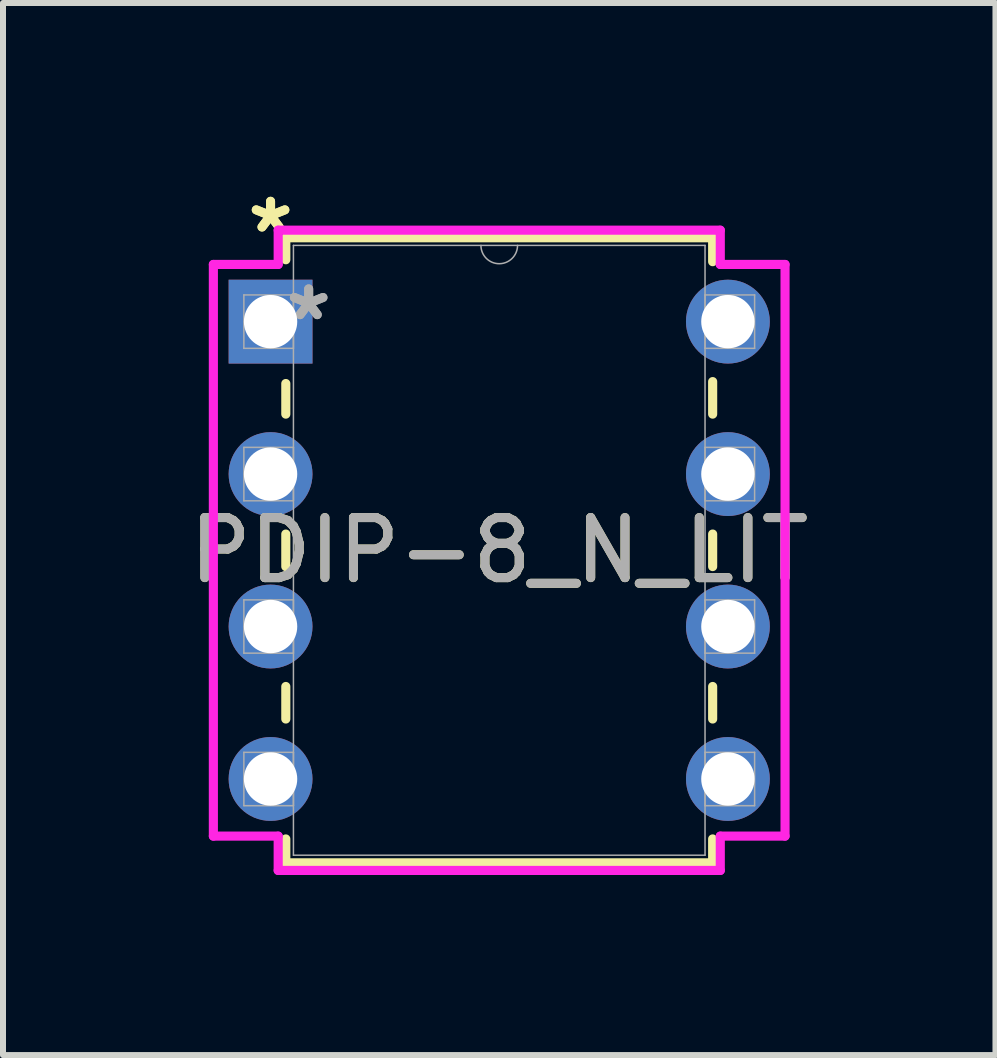
<source format=kicad_pcb>
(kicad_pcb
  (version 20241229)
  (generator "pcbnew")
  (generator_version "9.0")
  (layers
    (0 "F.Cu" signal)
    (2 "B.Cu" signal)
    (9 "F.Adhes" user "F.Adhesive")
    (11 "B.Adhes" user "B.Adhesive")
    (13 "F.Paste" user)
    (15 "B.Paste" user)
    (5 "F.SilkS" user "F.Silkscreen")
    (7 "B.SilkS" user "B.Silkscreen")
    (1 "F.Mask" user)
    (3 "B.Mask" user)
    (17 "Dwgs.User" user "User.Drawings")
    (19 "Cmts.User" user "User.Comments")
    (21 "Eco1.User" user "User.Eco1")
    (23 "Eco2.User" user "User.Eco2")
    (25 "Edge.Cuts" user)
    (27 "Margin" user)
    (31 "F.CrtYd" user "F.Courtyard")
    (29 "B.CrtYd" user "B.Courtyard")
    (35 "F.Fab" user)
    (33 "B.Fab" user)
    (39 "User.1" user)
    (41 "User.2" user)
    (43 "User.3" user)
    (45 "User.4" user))
  (footprint "PDIP-8_N_LIT"
    (layer "F.Cu")
    (at 1.458 2.309)
    (property "Reference" "PDIP-8_N_LIT" (at 3.81 3.81 0) (unlocked yes) (layer "F.SilkS") (effects (font (size 1 1) (thickness 0.15))))
    (attr through_hole)
    (fp_line (start 0.254 -1.397) (end 0.254 -1.031) (stroke (width 0.152) (type solid)) (layer "F.SilkS"))
    (fp_line (start 0.254 1.031) (end 0.254 1.541) (stroke (width 0.152) (type solid)) (layer "F.SilkS"))
    (fp_line (start 0.254 3.539) (end 0.254 4.081) (stroke (width 0.152) (type solid)) (layer "F.SilkS"))
    (fp_line (start 0.254 6.079) (end 0.254 6.621) (stroke (width 0.152) (type solid)) (layer "F.SilkS"))
    (fp_line (start 0.254 8.619) (end 0.254 9.017) (stroke (width 0.152) (type solid)) (layer "F.SilkS"))
    (fp_line (start 0.254 9.017) (end 7.366 9.017) (stroke (width 0.152) (type solid)) (layer "F.SilkS"))
    (fp_line (start 7.366 -1.397) (end 0.254 -1.397) (stroke (width 0.152) (type solid)) (layer "F.SilkS"))
    (fp_line (start 7.366 -0.999) (end 7.366 -1.397) (stroke (width 0.152) (type solid)) (layer "F.SilkS"))
    (fp_line (start 7.366 1.541) (end 7.366 0.999) (stroke (width 0.152) (type solid)) (layer "F.SilkS"))
    (fp_line (start 7.366 4.081) (end 7.366 3.539) (stroke (width 0.152) (type solid)) (layer "F.SilkS"))
    (fp_line (start 7.366 6.621) (end 7.366 6.079) (stroke (width 0.152) (type solid)) (layer "F.SilkS"))
    (fp_line (start 7.366 9.017) (end 7.366 8.619) (stroke (width 0.152) (type solid)) (layer "F.SilkS"))
    (fp_line (start -0.953 -0.953) (end 0.127 -0.953) (stroke (width 0.152) (type solid)) (layer "F.CrtYd"))
    (fp_line (start -0.953 8.572) (end -0.953 -0.953) (stroke (width 0.152) (type solid)) (layer "F.CrtYd"))
    (fp_line (start 0.127 -1.524) (end 7.493 -1.524) (stroke (width 0.152) (type solid)) (layer "F.CrtYd"))
    (fp_line (start 0.127 -0.953) (end 0.127 -1.524) (stroke (width 0.152) (type solid)) (layer "F.CrtYd"))
    (fp_line (start 0.127 8.572) (end -0.953 8.572) (stroke (width 0.152) (type solid)) (layer "F.CrtYd"))
    (fp_line (start 0.127 9.144) (end 0.127 8.572) (stroke (width 0.152) (type solid)) (layer "F.CrtYd"))
    (fp_line (start 7.493 -1.524) (end 7.493 -0.953) (stroke (width 0.152) (type solid)) (layer "F.CrtYd"))
    (fp_line (start 7.493 8.572) (end 7.493 9.144) (stroke (width 0.152) (type solid)) (layer "F.CrtYd"))
    (fp_line (start 7.493 9.144) (end 0.127 9.144) (stroke (width 0.152) (type solid)) (layer "F.CrtYd"))
    (fp_line (start 8.572 -0.953) (end 7.493 -0.953) (stroke (width 0.152) (type solid)) (layer "F.CrtYd"))
    (fp_line (start 8.572 -0.953) (end 8.572 8.572) (stroke (width 0.152) (type solid)) (layer "F.CrtYd"))
    (fp_line (start 8.572 8.572) (end 7.493 8.572) (stroke (width 0.152) (type solid)) (layer "F.CrtYd"))
    (fp_line (start -0.445 -0.445) (end -0.445 0.445) (stroke (width 0.025) (type solid)) (layer "F.Fab"))
    (fp_line (start -0.445 0.445) (end 0.381 0.445) (stroke (width 0.025) (type solid)) (layer "F.Fab"))
    (fp_line (start -0.445 2.095) (end -0.445 2.985) (stroke (width 0.025) (type solid)) (layer "F.Fab"))
    (fp_line (start -0.445 2.985) (end 0.381 2.985) (stroke (width 0.025) (type solid)) (layer "F.Fab"))
    (fp_line (start -0.445 4.636) (end -0.445 5.524) (stroke (width 0.025) (type solid)) (layer "F.Fab"))
    (fp_line (start -0.445 5.524) (end 0.381 5.524) (stroke (width 0.025) (type solid)) (layer "F.Fab"))
    (fp_line (start -0.445 7.176) (end -0.445 8.065) (stroke (width 0.025) (type solid)) (layer "F.Fab"))
    (fp_line (start -0.445 8.065) (end 0.381 8.065) (stroke (width 0.025) (type solid)) (layer "F.Fab"))
    (fp_line (start 0.381 -1.27) (end 0.381 8.89) (stroke (width 0.025) (type solid)) (layer "F.Fab"))
    (fp_line (start 0.381 -0.445) (end -0.445 -0.445) (stroke (width 0.025) (type solid)) (layer "F.Fab"))
    (fp_line (start 0.381 0.445) (end 0.381 -0.445) (stroke (width 0.025) (type solid)) (layer "F.Fab"))
    (fp_line (start 0.381 2.095) (end -0.445 2.095) (stroke (width 0.025) (type solid)) (layer "F.Fab"))
    (fp_line (start 0.381 2.985) (end 0.381 2.095) (stroke (width 0.025) (type solid)) (layer "F.Fab"))
    (fp_line (start 0.381 4.636) (end -0.445 4.636) (stroke (width 0.025) (type solid)) (layer "F.Fab"))
    (fp_line (start 0.381 5.524) (end 0.381 4.636) (stroke (width 0.025) (type solid)) (layer "F.Fab"))
    (fp_line (start 0.381 7.176) (end -0.445 7.176) (stroke (width 0.025) (type solid)) (layer "F.Fab"))
    (fp_line (start 0.381 8.065) (end 0.381 7.176) (stroke (width 0.025) (type solid)) (layer "F.Fab"))
    (fp_line (start 0.381 8.89) (end 7.239 8.89) (stroke (width 0.025) (type solid)) (layer "F.Fab"))
    (fp_line (start 7.239 -1.27) (end 0.381 -1.27) (stroke (width 0.025) (type solid)) (layer "F.Fab"))
    (fp_line (start 7.239 -0.445) (end 7.239 0.445) (stroke (width 0.025) (type solid)) (layer "F.Fab"))
    (fp_line (start 7.239 0.445) (end 8.065 0.445) (stroke (width 0.025) (type solid)) (layer "F.Fab"))
    (fp_line (start 7.239 2.095) (end 7.239 2.985) (stroke (width 0.025) (type solid)) (layer "F.Fab"))
    (fp_line (start 7.239 2.985) (end 8.065 2.985) (stroke (width 0.025) (type solid)) (layer "F.Fab"))
    (fp_line (start 7.239 4.636) (end 7.239 5.524) (stroke (width 0.025) (type solid)) (layer "F.Fab"))
    (fp_line (start 7.239 5.524) (end 8.065 5.524) (stroke (width 0.025) (type solid)) (layer "F.Fab"))
    (fp_line (start 7.239 7.176) (end 7.239 8.065) (stroke (width 0.025) (type solid)) (layer "F.Fab"))
    (fp_line (start 7.239 8.065) (end 8.065 8.065) (stroke (width 0.025) (type solid)) (layer "F.Fab"))
    (fp_line (start 7.239 8.89) (end 7.239 -1.27) (stroke (width 0.025) (type solid)) (layer "F.Fab"))
    (fp_line (start 8.065 -0.445) (end 7.239 -0.445) (stroke (width 0.025) (type solid)) (layer "F.Fab"))
    (fp_line (start 8.065 0.445) (end 8.065 -0.445) (stroke (width 0.025) (type solid)) (layer "F.Fab"))
    (fp_line (start 8.065 2.095) (end 7.239 2.095) (stroke (width 0.025) (type solid)) (layer "F.Fab"))
    (fp_line (start 8.065 2.985) (end 8.065 2.095) (stroke (width 0.025) (type solid)) (layer "F.Fab"))
    (fp_line (start 8.065 4.636) (end 7.239 4.636) (stroke (width 0.025) (type solid)) (layer "F.Fab"))
    (fp_line (start 8.065 5.524) (end 8.065 4.636) (stroke (width 0.025) (type solid)) (layer "F.Fab"))
    (fp_line (start 8.065 7.176) (end 7.239 7.176) (stroke (width 0.025) (type solid)) (layer "F.Fab"))
    (fp_line (start 8.065 8.065) (end 8.065 7.176) (stroke (width 0.025) (type solid)) (layer "F.Fab"))
    (fp_arc (start 4.1148 -1.27) (mid 3.81 -0.9652) (end 3.5052 -1.27) (stroke (width 0.0254) (type solid)) (layer "F.Fab"))
    (fp_text user "*" (at 0 -1.46 0) (unlocked yes) (layer "F.SilkS") (effects (font (size 1 1) (thickness 0.15))))
    (fp_text user "*" (at 0 -1.46 0) (layer "F.SilkS") (effects (font (size 1 1) (thickness 0.15))))
    (fp_text user "${REFERENCE}" (at 3.81 3.81 0) (unlocked yes) (layer "F.Fab") (effects (font (size 1 1) (thickness 0.15))))
    (fp_text user "*" (at 0.635 0 0) (unlocked yes) (layer "F.Fab") (effects (font (size 1 1) (thickness 0.15))))
    (fp_text user "*" (at 0.635 0 0) (layer "F.Fab") (effects (font (size 1 1) (thickness 0.15))))
    (pad "1" thru_hole rect (at 0 0) (size 1.397 1.397) (drill 0.889) (layers "*.Cu" "*.Mask"))
    (pad "2" thru_hole circle (at 0 2.54) (size 1.397 1.397) (drill 0.889) (layers "*.Cu" "*.Mask"))
    (pad "3" thru_hole circle (at 0 5.08) (size 1.397 1.397) (drill 0.889) (layers "*.Cu" "*.Mask"))
    (pad "4" thru_hole circle (at 0 7.62) (size 1.397 1.397) (drill 0.889) (layers "*.Cu" "*.Mask"))
    (pad "5" thru_hole circle (at 7.62 7.62) (size 1.397 1.397) (drill 0.889) (layers "*.Cu" "*.Mask"))
    (pad "6" thru_hole circle (at 7.62 5.08) (size 1.397 1.397) (drill 0.889) (layers "*.Cu" "*.Mask"))
    (pad "7" thru_hole circle (at 7.62 2.54) (size 1.397 1.397) (drill 0.889) (layers "*.Cu" "*.Mask"))
    (pad "8" thru_hole circle (at 7.62 0) (size 1.397 1.397) (drill 0.889) (layers "*.Cu" "*.Mask")))
  (gr_rect
    (start -3 -3)
    (end 13.536 14.529)
    (stroke (width 0.1) (type default))
    (fill no)
    (layer "Edge.Cuts")))
</source>
